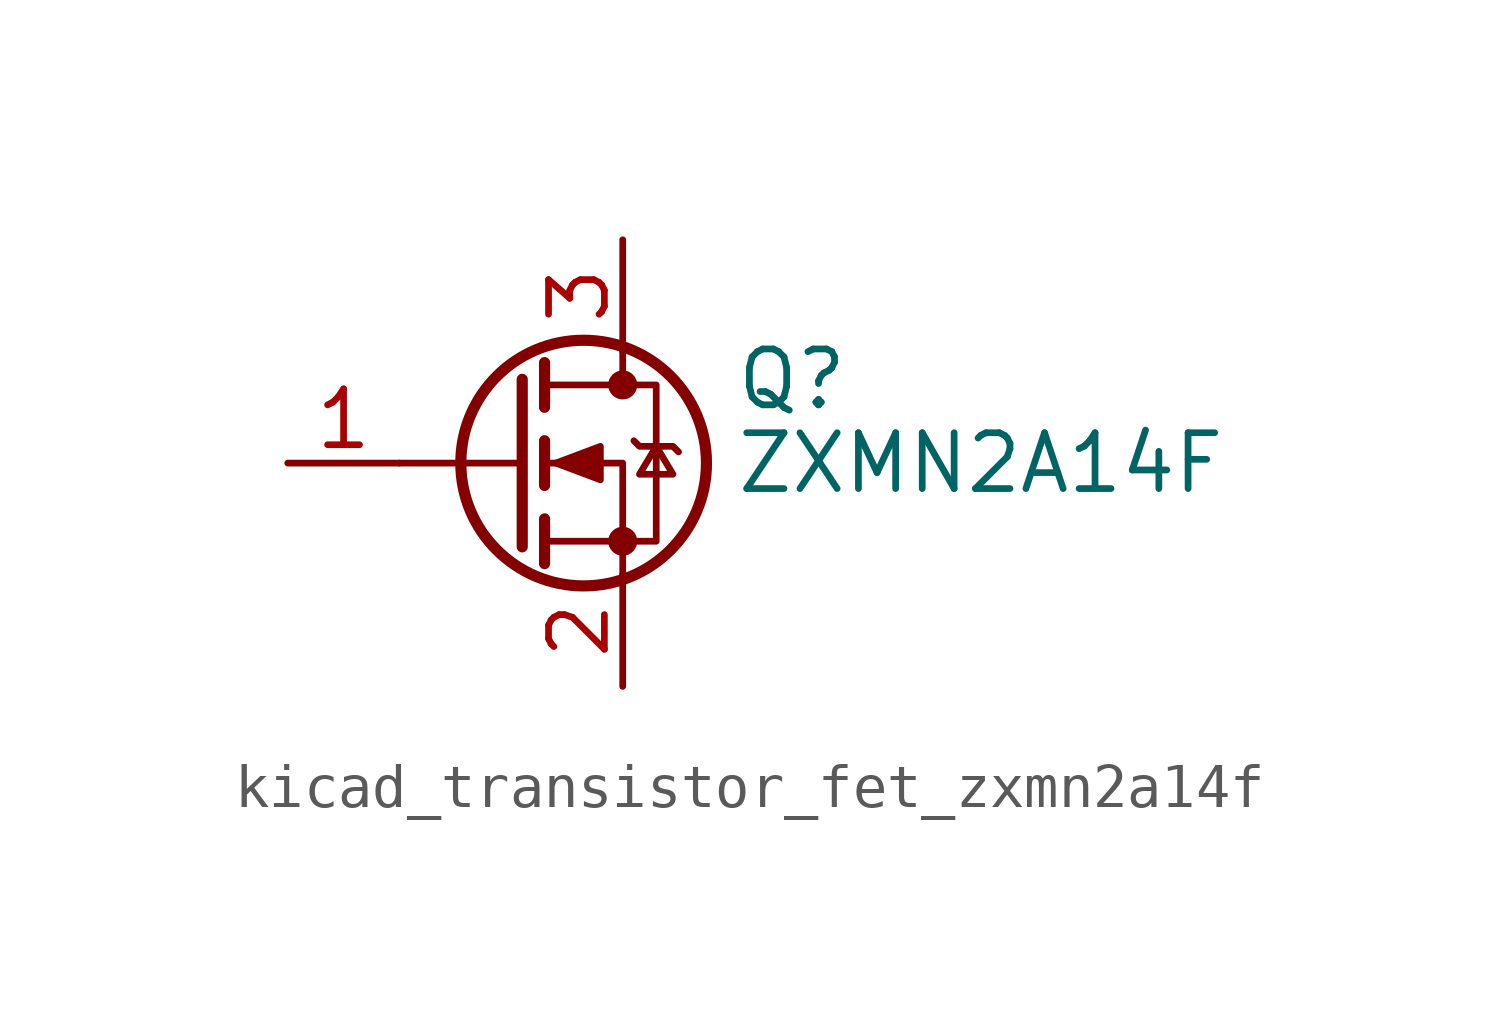
<source format=kicad_sym>
(kicad_symbol_lib
  (version 20220914)
  (generator kicad_symbol_editor)
  (symbol "kicad_transistor_fet_zxmn2a14f"
    (pin_names hide)
    (property "Reference" "Q"
      (at 5.08 1.905 0)
      (effects (font (size 1.27 1.27)) (justify left)))
    (property "Value" "ZXMN2A14F"
      (at 5.08 0 0)
      (effects (font (size 1.27 1.27)) (justify left)))
    (symbol "kicad_transistor_fet_zxmn2a14f_0_1"
      (polyline (pts (xy 0.254 0) (xy -2.54 0)) (stroke (width 0) (type default)) (fill (type none)))
      (polyline (pts (xy 0.254 1.905) (xy 0.254 -1.905)) (stroke (width 0.254) (type default)) (fill (type none)))
      (polyline (pts (xy 0.762 -1.27) (xy 0.762 -2.286)) (stroke (width 0.254) (type default)) (fill (type none)))
      (polyline (pts (xy 0.762 0.508) (xy 0.762 -0.508)) (stroke (width 0.254) (type default)) (fill (type none)))
      (polyline (pts (xy 0.762 2.286) (xy 0.762 1.27)) (stroke (width 0.254) (type default)) (fill (type none)))
      (polyline (pts (xy 2.54 2.54) (xy 2.54 1.778)) (stroke (width 0) (type default)) (fill (type none)))
      (polyline (pts (xy 2.54 -2.54) (xy 2.54 0) (xy 0.762 0)) (stroke (width 0) (type default)) (fill (type none)))
      (polyline (pts (xy 0.762 -1.778) (xy 3.302 -1.778) (xy 3.302 1.778) (xy 0.762 1.778)) (stroke (width 0) (type default)) (fill (type none)))
      (polyline (pts (xy 1.016 0) (xy 2.032 0.381) (xy 2.032 -0.381) (xy 1.016 0)) (stroke (width 0) (type default)) (fill (type outline)))
      (polyline (pts (xy 2.794 0.508) (xy 2.921 0.381) (xy 3.683 0.381) (xy 3.81 0.254)) (stroke (width 0) (type default)) (fill (type none)))
      (polyline (pts (xy 3.302 0.381) (xy 2.921 -0.254) (xy 3.683 -0.254) (xy 3.302 0.381)) (stroke (width 0) (type default)) (fill (type none)))
      (circle (center 1.651 0) (radius 2.794) (stroke (width 0.254) (type default)) (fill (type none)))
      (circle (center 2.54 -1.778) (radius 0.254) (stroke (width 0) (type default)) (fill (type outline)))
      (circle (center 2.54 1.778) (radius 0.254) (stroke (width 0) (type default)) (fill (type outline))))
    (symbol "kicad_transistor_fet_zxmn2a14f_1_1"
      (pin input line (at -5.08 0 0) (length 2.54) (name "G" (effects (font (size 1.27 1.27)))) (number "1" (effects (font (size 1.27 1.27)))))
      (pin passive line (at 2.54 -5.08 90) (length 2.54) (name "S" (effects (font (size 1.27 1.27)))) (number "2" (effects (font (size 1.27 1.27)))))
      (pin passive line (at 2.54 5.08 270) (length 2.54) (name "D" (effects (font (size 1.27 1.27)))) (number "3" (effects (font (size 1.27 1.27))))))))
</source>
